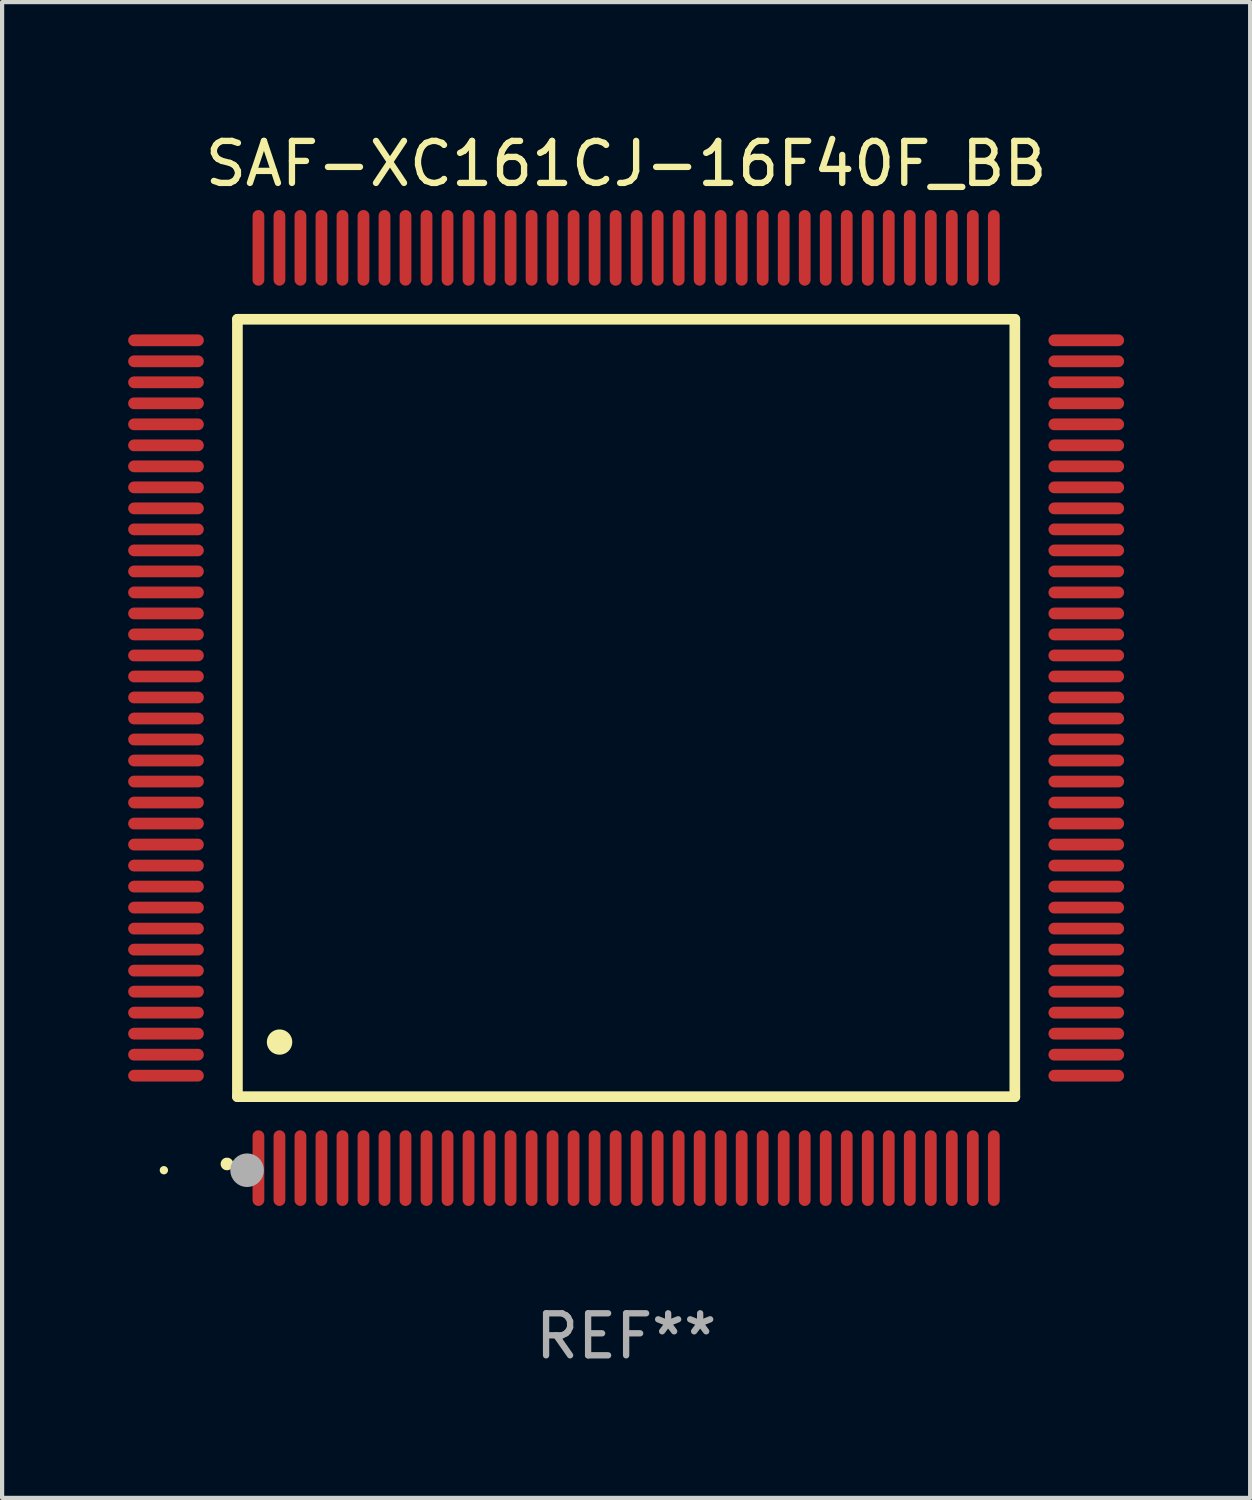
<source format=kicad_pcb>
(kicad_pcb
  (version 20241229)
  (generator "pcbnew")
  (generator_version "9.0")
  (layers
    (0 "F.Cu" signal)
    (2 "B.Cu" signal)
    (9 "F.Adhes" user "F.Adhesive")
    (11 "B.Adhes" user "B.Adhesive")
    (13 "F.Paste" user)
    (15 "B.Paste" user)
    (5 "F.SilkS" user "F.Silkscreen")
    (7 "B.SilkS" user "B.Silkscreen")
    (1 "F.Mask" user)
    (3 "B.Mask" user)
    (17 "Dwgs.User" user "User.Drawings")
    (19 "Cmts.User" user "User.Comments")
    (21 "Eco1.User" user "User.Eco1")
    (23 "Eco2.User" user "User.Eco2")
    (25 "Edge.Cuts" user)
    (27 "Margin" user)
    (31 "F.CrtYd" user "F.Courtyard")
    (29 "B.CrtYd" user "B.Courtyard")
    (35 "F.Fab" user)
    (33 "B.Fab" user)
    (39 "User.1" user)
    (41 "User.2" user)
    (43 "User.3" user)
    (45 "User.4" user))
  (footprint "SAF-XC161CJ-16F40F_BB"
    (layer "F.Cu")
    (at 11.85 13.798)
    (property "Reference" "SAF-XC161CJ-16F40F_BB" (at 0 -12.95 0) (layer "F.SilkS") (effects (font (size 1 1) (thickness 0.15))))
    (attr through_hole)
    (fp_line (start -9.25 -9.25) (end -9.25 9.25) (stroke (width 0.254) (type solid)) (layer "F.SilkS"))
    (fp_line (start -9.25 9.25) (end 9.25 9.25) (stroke (width 0.254) (type solid)) (layer "F.SilkS"))
    (fp_line (start 9.25 -9.25) (end -9.25 -9.25) (stroke (width 0.254) (type solid)) (layer "F.SilkS"))
    (fp_line (start 9.25 9.25) (end 9.25 -9.25) (stroke (width 0.254) (type solid)) (layer "F.SilkS"))
    (fp_arc (start -9.499619 10.850902) (mid -9.498349 10.850897) (end -9.497079 10.850902) (stroke (width 0.3) (type solid)) (layer "F.SilkS"))
    (fp_arc (start -8.249936 7.950216) (mid -8.247396 7.950205) (end -8.244856 7.950216) (stroke (width 0.6) (type solid)) (layer "F.SilkS"))
    (fp_circle (center -11 11) (end -10.95 11) (stroke (width 0.1) (type solid)) (fill no) (layer "F.SilkS"))
    (fp_circle (center -9.02 11) (end -8.82 11) (stroke (width 0.4) (type solid)) (fill no) (layer "F.Fab"))
    (fp_text user "REF**" (at 0 14.95 0) (layer "F.Fab") (effects (font (size 1 1) (thickness 0.15))))
    (pad "1" smd oval (at -8.75 10.95) (size 0.28 1.8) (layers "F.Cu" "F.Mask" "F.Paste"))
    (pad "2" smd oval (at -8.25 10.95) (size 0.28 1.8) (layers "F.Cu" "F.Mask" "F.Paste"))
    (pad "3" smd oval (at -7.75 10.95) (size 0.28 1.8) (layers "F.Cu" "F.Mask" "F.Paste"))
    (pad "4" smd oval (at -7.25 10.95) (size 0.28 1.8) (layers "F.Cu" "F.Mask" "F.Paste"))
    (pad "5" smd oval (at -6.75 10.95) (size 0.28 1.8) (layers "F.Cu" "F.Mask" "F.Paste"))
    (pad "6" smd oval (at -6.25 10.95) (size 0.28 1.8) (layers "F.Cu" "F.Mask" "F.Paste"))
    (pad "7" smd oval (at -5.75 10.95) (size 0.28 1.8) (layers "F.Cu" "F.Mask" "F.Paste"))
    (pad "8" smd oval (at -5.25 10.95) (size 0.28 1.8) (layers "F.Cu" "F.Mask" "F.Paste"))
    (pad "9" smd oval (at -4.75 10.95) (size 0.28 1.8) (layers "F.Cu" "F.Mask" "F.Paste"))
    (pad "10" smd oval (at -4.25 10.95) (size 0.28 1.8) (layers "F.Cu" "F.Mask" "F.Paste"))
    (pad "11" smd oval (at -3.75 10.95) (size 0.28 1.8) (layers "F.Cu" "F.Mask" "F.Paste"))
    (pad "12" smd oval (at -3.25 10.95) (size 0.28 1.8) (layers "F.Cu" "F.Mask" "F.Paste"))
    (pad "13" smd oval (at -2.75 10.95) (size 0.28 1.8) (layers "F.Cu" "F.Mask" "F.Paste"))
    (pad "14" smd oval (at -2.25 10.95) (size 0.28 1.8) (layers "F.Cu" "F.Mask" "F.Paste"))
    (pad "15" smd oval (at -1.75 10.95) (size 0.28 1.8) (layers "F.Cu" "F.Mask" "F.Paste"))
    (pad "16" smd oval (at -1.25 10.95) (size 0.28 1.8) (layers "F.Cu" "F.Mask" "F.Paste"))
    (pad "17" smd oval (at -0.75 10.95) (size 0.28 1.8) (layers "F.Cu" "F.Mask" "F.Paste"))
    (pad "18" smd oval (at -0.25 10.95) (size 0.28 1.8) (layers "F.Cu" "F.Mask" "F.Paste"))
    (pad "19" smd oval (at 0.25 10.95) (size 0.28 1.8) (layers "F.Cu" "F.Mask" "F.Paste"))
    (pad "20" smd oval (at 0.75 10.95) (size 0.28 1.8) (layers "F.Cu" "F.Mask" "F.Paste"))
    (pad "21" smd oval (at 1.25 10.95) (size 0.28 1.8) (layers "F.Cu" "F.Mask" "F.Paste"))
    (pad "22" smd oval (at 1.75 10.95) (size 0.28 1.8) (layers "F.Cu" "F.Mask" "F.Paste"))
    (pad "23" smd oval (at 2.25 10.95) (size 0.28 1.8) (layers "F.Cu" "F.Mask" "F.Paste"))
    (pad "24" smd oval (at 2.75 10.95) (size 0.28 1.8) (layers "F.Cu" "F.Mask" "F.Paste"))
    (pad "25" smd oval (at 3.25 10.95) (size 0.28 1.8) (layers "F.Cu" "F.Mask" "F.Paste"))
    (pad "26" smd oval (at 3.75 10.95) (size 0.28 1.8) (layers "F.Cu" "F.Mask" "F.Paste"))
    (pad "27" smd oval (at 4.25 10.95) (size 0.28 1.8) (layers "F.Cu" "F.Mask" "F.Paste"))
    (pad "28" smd oval (at 4.75 10.95) (size 0.28 1.8) (layers "F.Cu" "F.Mask" "F.Paste"))
    (pad "29" smd oval (at 5.25 10.95) (size 0.28 1.8) (layers "F.Cu" "F.Mask" "F.Paste"))
    (pad "30" smd oval (at 5.75 10.95) (size 0.28 1.8) (layers "F.Cu" "F.Mask" "F.Paste"))
    (pad "31" smd oval (at 6.25 10.95) (size 0.28 1.8) (layers "F.Cu" "F.Mask" "F.Paste"))
    (pad "32" smd oval (at 6.75 10.95) (size 0.28 1.8) (layers "F.Cu" "F.Mask" "F.Paste"))
    (pad "33" smd oval (at 7.25 10.95) (size 0.28 1.8) (layers "F.Cu" "F.Mask" "F.Paste"))
    (pad "34" smd oval (at 7.75 10.95) (size 0.28 1.8) (layers "F.Cu" "F.Mask" "F.Paste"))
    (pad "35" smd oval (at 8.25 10.95) (size 0.28 1.8) (layers "F.Cu" "F.Mask" "F.Paste"))
    (pad "36" smd oval (at 8.75 10.95) (size 0.28 1.8) (layers "F.Cu" "F.Mask" "F.Paste"))
    (pad "37" smd oval (at 10.95 8.75) (size 1.8 0.28) (layers "F.Cu" "F.Mask" "F.Paste"))
    (pad "38" smd oval (at 10.95 8.25) (size 1.8 0.28) (layers "F.Cu" "F.Mask" "F.Paste"))
    (pad "39" smd oval (at 10.95 7.75) (size 1.8 0.28) (layers "F.Cu" "F.Mask" "F.Paste"))
    (pad "40" smd oval (at 10.95 7.25) (size 1.8 0.28) (layers "F.Cu" "F.Mask" "F.Paste"))
    (pad "41" smd oval (at 10.95 6.75) (size 1.8 0.28) (layers "F.Cu" "F.Mask" "F.Paste"))
    (pad "42" smd oval (at 10.95 6.25) (size 1.8 0.28) (layers "F.Cu" "F.Mask" "F.Paste"))
    (pad "43" smd oval (at 10.95 5.75) (size 1.8 0.28) (layers "F.Cu" "F.Mask" "F.Paste"))
    (pad "44" smd oval (at 10.95 5.25) (size 1.8 0.28) (layers "F.Cu" "F.Mask" "F.Paste"))
    (pad "45" smd oval (at 10.95 4.75) (size 1.8 0.28) (layers "F.Cu" "F.Mask" "F.Paste"))
    (pad "46" smd oval (at 10.95 4.25) (size 1.8 0.28) (layers "F.Cu" "F.Mask" "F.Paste"))
    (pad "47" smd oval (at 10.95 3.75) (size 1.8 0.28) (layers "F.Cu" "F.Mask" "F.Paste"))
    (pad "48" smd oval (at 10.95 3.25) (size 1.8 0.28) (layers "F.Cu" "F.Mask" "F.Paste"))
    (pad "49" smd oval (at 10.95 2.75) (size 1.8 0.28) (layers "F.Cu" "F.Mask" "F.Paste"))
    (pad "50" smd oval (at 10.95 2.25) (size 1.8 0.28) (layers "F.Cu" "F.Mask" "F.Paste"))
    (pad "51" smd oval (at 10.95 1.75) (size 1.8 0.28) (layers "F.Cu" "F.Mask" "F.Paste"))
    (pad "52" smd oval (at 10.95 1.25) (size 1.8 0.28) (layers "F.Cu" "F.Mask" "F.Paste"))
    (pad "53" smd oval (at 10.95 0.75) (size 1.8 0.28) (layers "F.Cu" "F.Mask" "F.Paste"))
    (pad "54" smd oval (at 10.95 0.25) (size 1.8 0.28) (layers "F.Cu" "F.Mask" "F.Paste"))
    (pad "55" smd oval (at 10.95 -0.25) (size 1.8 0.28) (layers "F.Cu" "F.Mask" "F.Paste"))
    (pad "56" smd oval (at 10.95 -0.75) (size 1.8 0.28) (layers "F.Cu" "F.Mask" "F.Paste"))
    (pad "57" smd oval (at 10.95 -1.25) (size 1.8 0.28) (layers "F.Cu" "F.Mask" "F.Paste"))
    (pad "58" smd oval (at 10.95 -1.75) (size 1.8 0.28) (layers "F.Cu" "F.Mask" "F.Paste"))
    (pad "59" smd oval (at 10.95 -2.25) (size 1.8 0.28) (layers "F.Cu" "F.Mask" "F.Paste"))
    (pad "60" smd oval (at 10.95 -2.75) (size 1.8 0.28) (layers "F.Cu" "F.Mask" "F.Paste"))
    (pad "61" smd oval (at 10.95 -3.25) (size 1.8 0.28) (layers "F.Cu" "F.Mask" "F.Paste"))
    (pad "62" smd oval (at 10.95 -3.75) (size 1.8 0.28) (layers "F.Cu" "F.Mask" "F.Paste"))
    (pad "63" smd oval (at 10.95 -4.25) (size 1.8 0.28) (layers "F.Cu" "F.Mask" "F.Paste"))
    (pad "64" smd oval (at 10.95 -4.75) (size 1.8 0.28) (layers "F.Cu" "F.Mask" "F.Paste"))
    (pad "65" smd oval (at 10.95 -5.25) (size 1.8 0.28) (layers "F.Cu" "F.Mask" "F.Paste"))
    (pad "66" smd oval (at 10.95 -5.75) (size 1.8 0.28) (layers "F.Cu" "F.Mask" "F.Paste"))
    (pad "67" smd oval (at 10.95 -6.25) (size 1.8 0.28) (layers "F.Cu" "F.Mask" "F.Paste"))
    (pad "68" smd oval (at 10.95 -6.75) (size 1.8 0.28) (layers "F.Cu" "F.Mask" "F.Paste"))
    (pad "69" smd oval (at 10.95 -7.25) (size 1.8 0.28) (layers "F.Cu" "F.Mask" "F.Paste"))
    (pad "70" smd oval (at 10.95 -7.75) (size 1.8 0.28) (layers "F.Cu" "F.Mask" "F.Paste"))
    (pad "71" smd oval (at 10.95 -8.25) (size 1.8 0.28) (layers "F.Cu" "F.Mask" "F.Paste"))
    (pad "72" smd oval (at 10.95 -8.75) (size 1.8 0.28) (layers "F.Cu" "F.Mask" "F.Paste"))
    (pad "73" smd oval (at 8.75 -10.95) (size 0.28 1.8) (layers "F.Cu" "F.Mask" "F.Paste"))
    (pad "74" smd oval (at 8.25 -10.95) (size 0.28 1.8) (layers "F.Cu" "F.Mask" "F.Paste"))
    (pad "75" smd oval (at 7.75 -10.95) (size 0.28 1.8) (layers "F.Cu" "F.Mask" "F.Paste"))
    (pad "76" smd oval (at 7.25 -10.95) (size 0.28 1.8) (layers "F.Cu" "F.Mask" "F.Paste"))
    (pad "77" smd oval (at 6.75 -10.95) (size 0.28 1.8) (layers "F.Cu" "F.Mask" "F.Paste"))
    (pad "78" smd oval (at 6.25 -10.95) (size 0.28 1.8) (layers "F.Cu" "F.Mask" "F.Paste"))
    (pad "79" smd oval (at 5.75 -10.95) (size 0.28 1.8) (layers "F.Cu" "F.Mask" "F.Paste"))
    (pad "80" smd oval (at 5.25 -10.95) (size 0.28 1.8) (layers "F.Cu" "F.Mask" "F.Paste"))
    (pad "81" smd oval (at 4.75 -10.95) (size 0.28 1.8) (layers "F.Cu" "F.Mask" "F.Paste"))
    (pad "82" smd oval (at 4.25 -10.95) (size 0.28 1.8) (layers "F.Cu" "F.Mask" "F.Paste"))
    (pad "83" smd oval (at 3.75 -10.95) (size 0.28 1.8) (layers "F.Cu" "F.Mask" "F.Paste"))
    (pad "84" smd oval (at 3.25 -10.95) (size 0.28 1.8) (layers "F.Cu" "F.Mask" "F.Paste"))
    (pad "85" smd oval (at 2.75 -10.95) (size 0.28 1.8) (layers "F.Cu" "F.Mask" "F.Paste"))
    (pad "86" smd oval (at 2.25 -10.95) (size 0.28 1.8) (layers "F.Cu" "F.Mask" "F.Paste"))
    (pad "87" smd oval (at 1.75 -10.95) (size 0.28 1.8) (layers "F.Cu" "F.Mask" "F.Paste"))
    (pad "88" smd oval (at 1.25 -10.95) (size 0.28 1.8) (layers "F.Cu" "F.Mask" "F.Paste"))
    (pad "89" smd oval (at 0.75 -10.95) (size 0.28 1.8) (layers "F.Cu" "F.Mask" "F.Paste"))
    (pad "90" smd oval (at 0.25 -10.95) (size 0.28 1.8) (layers "F.Cu" "F.Mask" "F.Paste"))
    (pad "91" smd oval (at -0.25 -10.95) (size 0.28 1.8) (layers "F.Cu" "F.Mask" "F.Paste"))
    (pad "92" smd oval (at -0.75 -10.95) (size 0.28 1.8) (layers "F.Cu" "F.Mask" "F.Paste"))
    (pad "93" smd oval (at -1.25 -10.95) (size 0.28 1.8) (layers "F.Cu" "F.Mask" "F.Paste"))
    (pad "94" smd oval (at -1.75 -10.95) (size 0.28 1.8) (layers "F.Cu" "F.Mask" "F.Paste"))
    (pad "95" smd oval (at -2.25 -10.95) (size 0.28 1.8) (layers "F.Cu" "F.Mask" "F.Paste"))
    (pad "96" smd oval (at -2.75 -10.95) (size 0.28 1.8) (layers "F.Cu" "F.Mask" "F.Paste"))
    (pad "97" smd oval (at -3.25 -10.95) (size 0.28 1.8) (layers "F.Cu" "F.Mask" "F.Paste"))
    (pad "98" smd oval (at -3.75 -10.95) (size 0.28 1.8) (layers "F.Cu" "F.Mask" "F.Paste"))
    (pad "99" smd oval (at -4.25 -10.95) (size 0.28 1.8) (layers "F.Cu" "F.Mask" "F.Paste"))
    (pad "100" smd oval (at -4.75 -10.95) (size 0.28 1.8) (layers "F.Cu" "F.Mask" "F.Paste"))
    (pad "101" smd oval (at -5.25 -10.95) (size 0.28 1.8) (layers "F.Cu" "F.Mask" "F.Paste"))
    (pad "102" smd oval (at -5.75 -10.95) (size 0.28 1.8) (layers "F.Cu" "F.Mask" "F.Paste"))
    (pad "103" smd oval (at -6.25 -10.95) (size 0.28 1.8) (layers "F.Cu" "F.Mask" "F.Paste"))
    (pad "104" smd oval (at -6.75 -10.95) (size 0.28 1.8) (layers "F.Cu" "F.Mask" "F.Paste"))
    (pad "105" smd oval (at -7.25 -10.95) (size 0.28 1.8) (layers "F.Cu" "F.Mask" "F.Paste"))
    (pad "106" smd oval (at -7.75 -10.95) (size 0.28 1.8) (layers "F.Cu" "F.Mask" "F.Paste"))
    (pad "107" smd oval (at -8.25 -10.95) (size 0.28 1.8) (layers "F.Cu" "F.Mask" "F.Paste"))
    (pad "108" smd oval (at -8.75 -10.95) (size 0.28 1.8) (layers "F.Cu" "F.Mask" "F.Paste"))
    (pad "109" smd oval (at -10.95 -8.75) (size 1.8 0.28) (layers "F.Cu" "F.Mask" "F.Paste"))
    (pad "110" smd oval (at -10.95 -8.25) (size 1.8 0.28) (layers "F.Cu" "F.Mask" "F.Paste"))
    (pad "111" smd oval (at -10.95 -7.75) (size 1.8 0.28) (layers "F.Cu" "F.Mask" "F.Paste"))
    (pad "112" smd oval (at -10.95 -7.25) (size 1.8 0.28) (layers "F.Cu" "F.Mask" "F.Paste"))
    (pad "113" smd oval (at -10.95 -6.75) (size 1.8 0.28) (layers "F.Cu" "F.Mask" "F.Paste"))
    (pad "114" smd oval (at -10.95 -6.25) (size 1.8 0.28) (layers "F.Cu" "F.Mask" "F.Paste"))
    (pad "115" smd oval (at -10.95 -5.75) (size 1.8 0.28) (layers "F.Cu" "F.Mask" "F.Paste"))
    (pad "116" smd oval (at -10.95 -5.25) (size 1.8 0.28) (layers "F.Cu" "F.Mask" "F.Paste"))
    (pad "117" smd oval (at -10.95 -4.75) (size 1.8 0.28) (layers "F.Cu" "F.Mask" "F.Paste"))
    (pad "118" smd oval (at -10.95 -4.25) (size 1.8 0.28) (layers "F.Cu" "F.Mask" "F.Paste"))
    (pad "119" smd oval (at -10.95 -3.75) (size 1.8 0.28) (layers "F.Cu" "F.Mask" "F.Paste"))
    (pad "120" smd oval (at -10.95 -3.25) (size 1.8 0.28) (layers "F.Cu" "F.Mask" "F.Paste"))
    (pad "121" smd oval (at -10.95 -2.75) (size 1.8 0.28) (layers "F.Cu" "F.Mask" "F.Paste"))
    (pad "122" smd oval (at -10.95 -2.25) (size 1.8 0.28) (layers "F.Cu" "F.Mask" "F.Paste"))
    (pad "123" smd oval (at -10.95 -1.75) (size 1.8 0.28) (layers "F.Cu" "F.Mask" "F.Paste"))
    (pad "124" smd oval (at -10.95 -1.25) (size 1.8 0.28) (layers "F.Cu" "F.Mask" "F.Paste"))
    (pad "125" smd oval (at -10.95 -0.75) (size 1.8 0.28) (layers "F.Cu" "F.Mask" "F.Paste"))
    (pad "126" smd oval (at -10.95 -0.25) (size 1.8 0.28) (layers "F.Cu" "F.Mask" "F.Paste"))
    (pad "127" smd oval (at -10.95 0.25) (size 1.8 0.28) (layers "F.Cu" "F.Mask" "F.Paste"))
    (pad "128" smd oval (at -10.95 0.75) (size 1.8 0.28) (layers "F.Cu" "F.Mask" "F.Paste"))
    (pad "129" smd oval (at -10.95 1.25) (size 1.8 0.28) (layers "F.Cu" "F.Mask" "F.Paste"))
    (pad "130" smd oval (at -10.95 1.75) (size 1.8 0.28) (layers "F.Cu" "F.Mask" "F.Paste"))
    (pad "131" smd oval (at -10.95 2.25) (size 1.8 0.28) (layers "F.Cu" "F.Mask" "F.Paste"))
    (pad "132" smd oval (at -10.95 2.75) (size 1.8 0.28) (layers "F.Cu" "F.Mask" "F.Paste"))
    (pad "133" smd oval (at -10.95 3.25) (size 1.8 0.28) (layers "F.Cu" "F.Mask" "F.Paste"))
    (pad "134" smd oval (at -10.95 3.75) (size 1.8 0.28) (layers "F.Cu" "F.Mask" "F.Paste"))
    (pad "135" smd oval (at -10.95 4.25) (size 1.8 0.28) (layers "F.Cu" "F.Mask" "F.Paste"))
    (pad "136" smd oval (at -10.95 4.75) (size 1.8 0.28) (layers "F.Cu" "F.Mask" "F.Paste"))
    (pad "137" smd oval (at -10.95 5.25) (size 1.8 0.28) (layers "F.Cu" "F.Mask" "F.Paste"))
    (pad "138" smd oval (at -10.95 5.75) (size 1.8 0.28) (layers "F.Cu" "F.Mask" "F.Paste"))
    (pad "139" smd oval (at -10.95 6.25) (size 1.8 0.28) (layers "F.Cu" "F.Mask" "F.Paste"))
    (pad "140" smd oval (at -10.95 6.75) (size 1.8 0.28) (layers "F.Cu" "F.Mask" "F.Paste"))
    (pad "141" smd oval (at -10.95 7.25) (size 1.8 0.28) (layers "F.Cu" "F.Mask" "F.Paste"))
    (pad "142" smd oval (at -10.95 7.75) (size 1.8 0.28) (layers "F.Cu" "F.Mask" "F.Paste"))
    (pad "143" smd oval (at -10.95 8.25) (size 1.8 0.28) (layers "F.Cu" "F.Mask" "F.Paste"))
    (pad "144" smd oval (at -10.95 8.75) (size 1.8 0.28) (layers "F.Cu" "F.Mask" "F.Paste")))
  (gr_rect
    (start -3 -3)
    (end 26.7 32.596)
    (stroke (width 0.1) (type default))
    (fill no)
    (layer "Edge.Cuts")))
</source>
